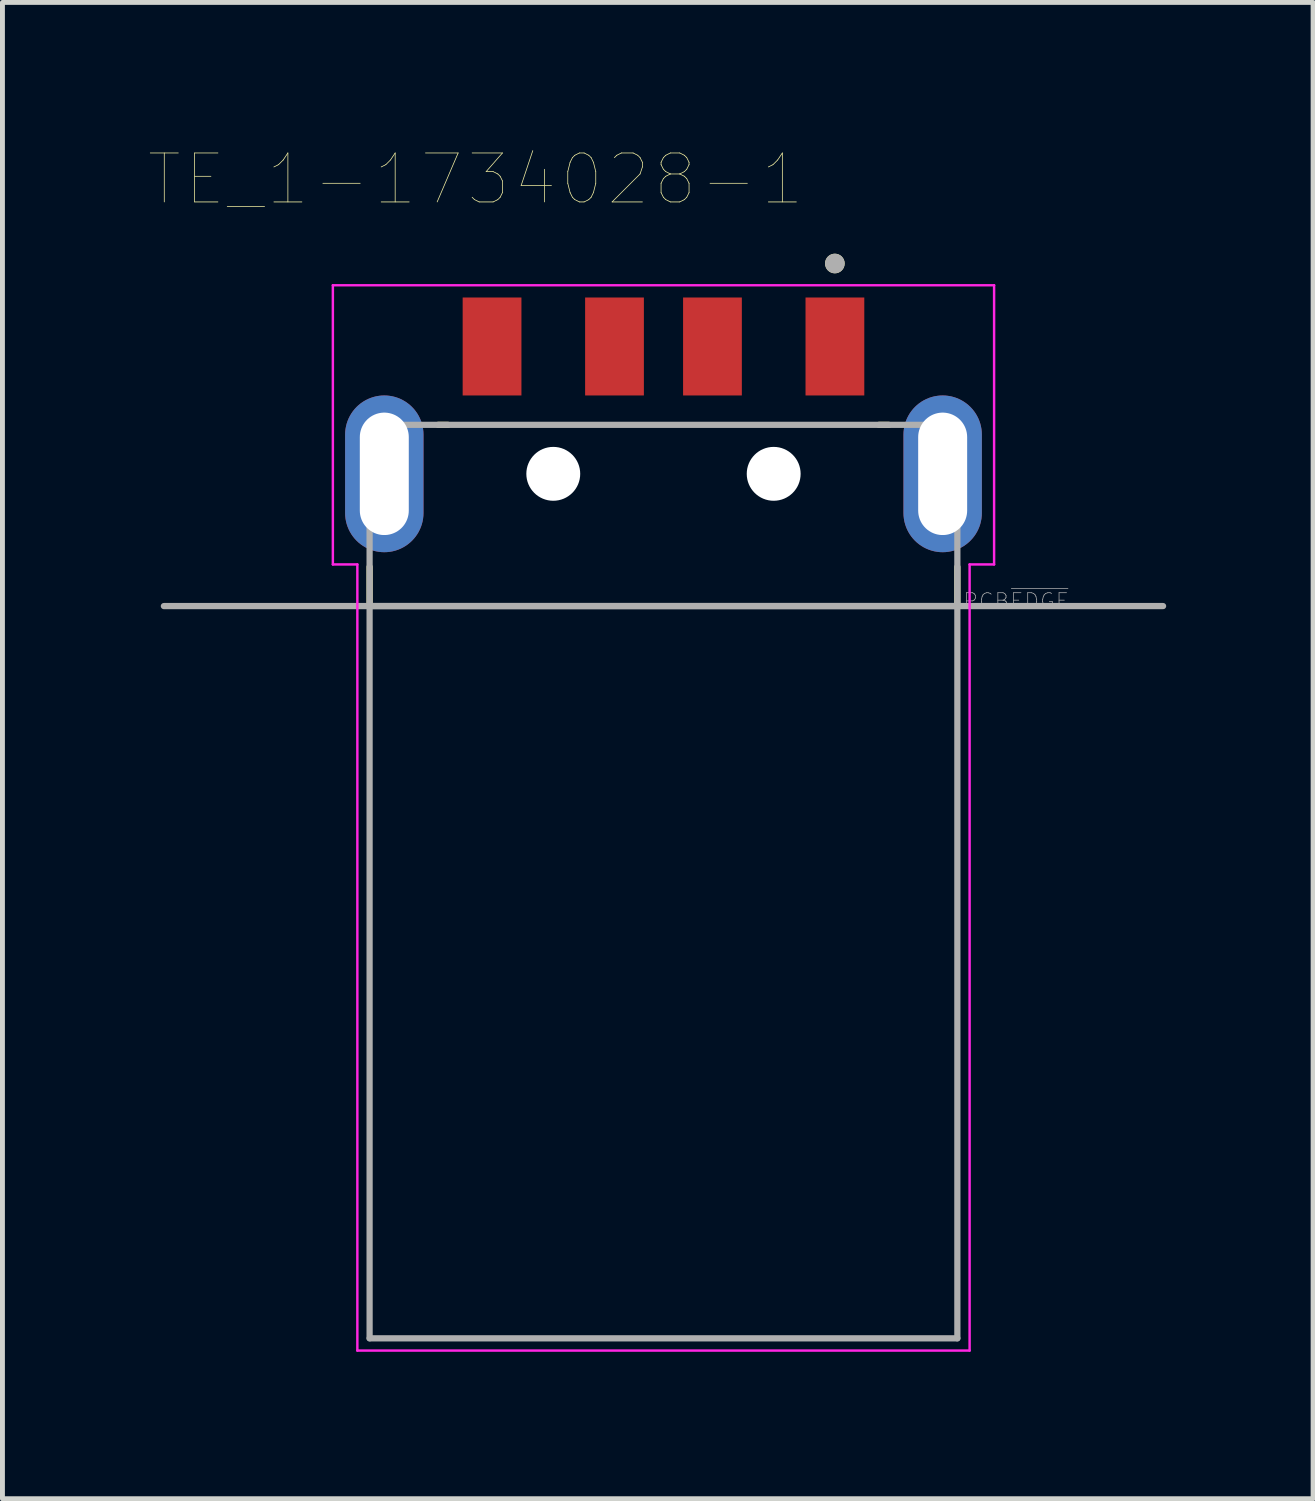
<source format=kicad_pcb>
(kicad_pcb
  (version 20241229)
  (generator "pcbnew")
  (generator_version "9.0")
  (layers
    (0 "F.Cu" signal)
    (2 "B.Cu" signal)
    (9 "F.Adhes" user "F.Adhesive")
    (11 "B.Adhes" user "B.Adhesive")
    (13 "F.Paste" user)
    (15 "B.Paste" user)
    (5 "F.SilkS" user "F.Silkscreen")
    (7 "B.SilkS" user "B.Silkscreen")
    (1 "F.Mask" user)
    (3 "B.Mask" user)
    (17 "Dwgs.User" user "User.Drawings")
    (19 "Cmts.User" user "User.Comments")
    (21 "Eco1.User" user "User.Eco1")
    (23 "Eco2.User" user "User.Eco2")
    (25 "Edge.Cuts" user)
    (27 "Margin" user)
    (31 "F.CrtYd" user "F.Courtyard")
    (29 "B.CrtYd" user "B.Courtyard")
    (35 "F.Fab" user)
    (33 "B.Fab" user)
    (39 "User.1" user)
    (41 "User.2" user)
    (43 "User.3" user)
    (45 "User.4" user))
  (footprint "TE_1-1734028-1"
    (layer "F.Cu")
    (at 10.496 6.624)
    (property "Reference" "TE_1-1734028-1" (at -3.835 -6.013 0) (layer "F.SilkS") (effects (font (size 1 1) (thickness 0.015))))
    (attr through_hole)
    (fp_line (start -6 1.9) (end -6 2.7) (stroke (width 0.127) (type solid)) (layer "F.SilkS"))
    (fp_line (start -4.6 -1) (end -4.4 -1) (stroke (width 0.127) (type solid)) (layer "F.SilkS"))
    (fp_line (start 4.6 -1) (end 4.4 -1) (stroke (width 0.127) (type solid)) (layer "F.SilkS"))
    (fp_line (start 6 2.7) (end 6 1.9) (stroke (width 0.127) (type solid)) (layer "F.SilkS"))
    (fp_circle (center 3.499 -4.294) (end 3.599 -4.294) (stroke (width 0.2) (type solid)) (fill no) (layer "F.SilkS"))
    (fp_line (start -6.75 -3.85) (end 6.75 -3.85) (stroke (width 0.05) (type solid)) (layer "F.CrtYd"))
    (fp_line (start -6.75 1.85) (end -6.75 -3.85) (stroke (width 0.05) (type solid)) (layer "F.CrtYd"))
    (fp_line (start -6.25 1.85) (end -6.75 1.85) (stroke (width 0.05) (type solid)) (layer "F.CrtYd"))
    (fp_line (start -6.25 1.85) (end -6.25 17.9) (stroke (width 0.05) (type solid)) (layer "F.CrtYd"))
    (fp_line (start 6.25 1.85) (end 6.25 17.9) (stroke (width 0.05) (type solid)) (layer "F.CrtYd"))
    (fp_line (start 6.25 17.9) (end -6.25 17.9) (stroke (width 0.05) (type solid)) (layer "F.CrtYd"))
    (fp_line (start 6.75 -3.85) (end 6.75 1.85) (stroke (width 0.05) (type solid)) (layer "F.CrtYd"))
    (fp_line (start 6.75 1.85) (end 6.25 1.85) (stroke (width 0.05) (type solid)) (layer "F.CrtYd"))
    (fp_line (start -10.2 2.7) (end -6 2.7) (stroke (width 0.127) (type solid)) (layer "F.Fab"))
    (fp_line (start -6 -1) (end 6 -1) (stroke (width 0.127) (type solid)) (layer "F.Fab"))
    (fp_line (start -6 2.7) (end -6 -1) (stroke (width 0.127) (type solid)) (layer "F.Fab"))
    (fp_line (start -6 2.7) (end 6 2.7) (stroke (width 0.127) (type solid)) (layer "F.Fab"))
    (fp_line (start -6 2.7) (end 6 2.7) (stroke (width 0.127) (type solid)) (layer "F.Fab"))
    (fp_line (start -6 17.65) (end -6 2.7) (stroke (width 0.127) (type solid)) (layer "F.Fab"))
    (fp_line (start 6 -1) (end 6 2.7) (stroke (width 0.127) (type solid)) (layer "F.Fab"))
    (fp_line (start 6 2.7) (end 6 17.65) (stroke (width 0.127) (type solid)) (layer "F.Fab"))
    (fp_line (start 6 2.7) (end 10.2 2.7) (stroke (width 0.127) (type solid)) (layer "F.Fab"))
    (fp_line (start 6 17.65) (end -6 17.65) (stroke (width 0.127) (type solid)) (layer "F.Fab"))
    (fp_circle (center 3.499 -4.294) (end 3.599 -4.294) (stroke (width 0.2) (type solid)) (fill no) (layer "F.Fab"))
    (fp_text user "PCB~{EDGE}" (at 7.2 2.6 0) (layer "F.Fab") (effects (font (size 0.32 0.32) (thickness 0.015))))
    (pad "" np_thru_hole circle (at -2.25 0) (size 1.1 1.1) (drill 1.1) (layers "*.Cu" "*.Mask"))
    (pad "" np_thru_hole circle (at 2.25 0) (size 1.1 1.1) (drill 1.1) (layers "*.Cu" "*.Mask"))
    (pad "1" smd rect (at 3.5 -2.6) (size 1.2 2) (layers "F.Cu" "F.Mask" "F.Paste"))
    (pad "2" smd rect (at 1 -2.6) (size 1.2 2) (layers "F.Cu" "F.Mask" "F.Paste"))
    (pad "3" smd rect (at -1 -2.6) (size 1.2 2) (layers "F.Cu" "F.Mask" "F.Paste"))
    (pad "4" smd rect (at -3.5 -2.6) (size 1.2 2) (layers "F.Cu" "F.Mask" "F.Paste"))
    (pad "S1" thru_hole oval (at -5.7 0) (size 1.6 3.2) (drill oval 1 2.5) (layers "*.Cu" "*.Mask"))
    (pad "S2" thru_hole oval (at 5.7 0) (size 1.6 3.2) (drill oval 1 2.5) (layers "*.Cu" "*.Mask")))
  (gr_rect
    (start -3 -3)
    (end 23.759 27.549)
    (stroke (width 0.1) (type default))
    (fill no)
    (layer "Edge.Cuts")))
</source>
